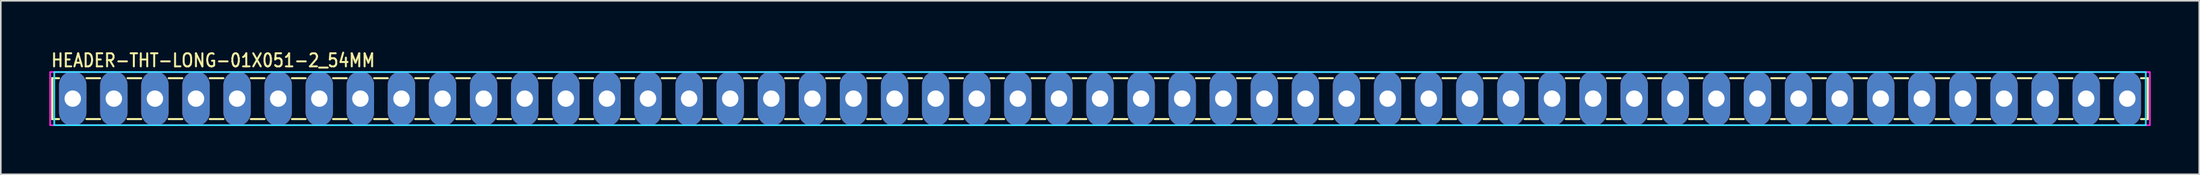
<source format=kicad_pcb>
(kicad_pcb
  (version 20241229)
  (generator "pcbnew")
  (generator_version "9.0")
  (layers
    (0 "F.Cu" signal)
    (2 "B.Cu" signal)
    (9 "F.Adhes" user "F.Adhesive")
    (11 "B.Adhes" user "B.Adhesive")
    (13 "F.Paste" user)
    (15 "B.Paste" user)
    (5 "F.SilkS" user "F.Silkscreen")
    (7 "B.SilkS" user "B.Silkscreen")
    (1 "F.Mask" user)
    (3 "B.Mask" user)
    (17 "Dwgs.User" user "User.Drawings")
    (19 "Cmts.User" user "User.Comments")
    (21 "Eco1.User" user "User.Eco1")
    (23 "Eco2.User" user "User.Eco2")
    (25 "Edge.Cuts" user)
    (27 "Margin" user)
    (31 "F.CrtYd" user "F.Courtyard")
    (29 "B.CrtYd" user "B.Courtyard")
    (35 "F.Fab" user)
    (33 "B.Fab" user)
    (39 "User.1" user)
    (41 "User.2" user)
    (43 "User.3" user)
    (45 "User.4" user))
  (footprint "HEADER-THT-LONG-01X051-2_54MM"
    (layer "F.Cu")
    (at 1.447 3.079)
    (property "Reference" "HEADER-THT-LONG-01X051-2_54MM" (at -1.4 -1.9 0) (unlocked yes) (layer "F.SilkS") (effects (font (size 0.813 0.695) (thickness 0.122)) (justify left bottom)))
    (fp_line (start -1.27 -1.27) (end -1.27 1.27) (stroke (width 0.127) (type solid)) (layer "F.SilkS"))
    (fp_line (start -1.27 1.27) (end -0.85 1.27) (stroke (width 0.127) (type solid)) (layer "F.SilkS"))
    (fp_line (start -0.85 -1.27) (end -1.27 -1.27) (stroke (width 0.127) (type solid)) (layer "F.SilkS"))
    (fp_line (start 0.85 -1.27) (end 1.69 -1.27) (stroke (width 0.127) (type solid)) (layer "F.SilkS"))
    (fp_line (start 0.85 1.27) (end 1.69 1.27) (stroke (width 0.127) (type solid)) (layer "F.SilkS"))
    (fp_line (start 3.39 -1.27) (end 4.23 -1.27) (stroke (width 0.127) (type solid)) (layer "F.SilkS"))
    (fp_line (start 3.39 1.27) (end 4.23 1.27) (stroke (width 0.127) (type solid)) (layer "F.SilkS"))
    (fp_line (start 5.93 -1.27) (end 6.77 -1.27) (stroke (width 0.127) (type solid)) (layer "F.SilkS"))
    (fp_line (start 5.93 1.27) (end 6.77 1.27) (stroke (width 0.127) (type solid)) (layer "F.SilkS"))
    (fp_line (start 8.47 -1.27) (end 9.31 -1.27) (stroke (width 0.127) (type solid)) (layer "F.SilkS"))
    (fp_line (start 8.47 1.27) (end 9.31 1.27) (stroke (width 0.127) (type solid)) (layer "F.SilkS"))
    (fp_line (start 11.01 -1.27) (end 11.85 -1.27) (stroke (width 0.127) (type solid)) (layer "F.SilkS"))
    (fp_line (start 11.01 1.27) (end 11.85 1.27) (stroke (width 0.127) (type solid)) (layer "F.SilkS"))
    (fp_line (start 13.55 -1.27) (end 14.39 -1.27) (stroke (width 0.127) (type solid)) (layer "F.SilkS"))
    (fp_line (start 13.55 1.27) (end 14.39 1.27) (stroke (width 0.127) (type solid)) (layer "F.SilkS"))
    (fp_line (start 16.09 -1.27) (end 16.93 -1.27) (stroke (width 0.127) (type solid)) (layer "F.SilkS"))
    (fp_line (start 16.09 1.27) (end 16.93 1.27) (stroke (width 0.127) (type solid)) (layer "F.SilkS"))
    (fp_line (start 18.63 -1.27) (end 19.47 -1.27) (stroke (width 0.127) (type solid)) (layer "F.SilkS"))
    (fp_line (start 18.63 1.27) (end 19.47 1.27) (stroke (width 0.127) (type solid)) (layer "F.SilkS"))
    (fp_line (start 21.17 -1.27) (end 22.01 -1.27) (stroke (width 0.127) (type solid)) (layer "F.SilkS"))
    (fp_line (start 21.17 1.27) (end 22.01 1.27) (stroke (width 0.127) (type solid)) (layer "F.SilkS"))
    (fp_line (start 23.71 -1.27) (end 24.55 -1.27) (stroke (width 0.127) (type solid)) (layer "F.SilkS"))
    (fp_line (start 23.71 1.27) (end 24.55 1.27) (stroke (width 0.127) (type solid)) (layer "F.SilkS"))
    (fp_line (start 26.25 -1.27) (end 27.09 -1.27) (stroke (width 0.127) (type solid)) (layer "F.SilkS"))
    (fp_line (start 26.25 1.27) (end 27.09 1.27) (stroke (width 0.127) (type solid)) (layer "F.SilkS"))
    (fp_line (start 28.79 -1.27) (end 29.63 -1.27) (stroke (width 0.127) (type solid)) (layer "F.SilkS"))
    (fp_line (start 28.79 1.27) (end 29.63 1.27) (stroke (width 0.127) (type solid)) (layer "F.SilkS"))
    (fp_line (start 31.33 -1.27) (end 32.17 -1.27) (stroke (width 0.127) (type solid)) (layer "F.SilkS"))
    (fp_line (start 31.33 1.27) (end 32.17 1.27) (stroke (width 0.127) (type solid)) (layer "F.SilkS"))
    (fp_line (start 33.87 -1.27) (end 34.71 -1.27) (stroke (width 0.127) (type solid)) (layer "F.SilkS"))
    (fp_line (start 33.87 1.27) (end 34.71 1.27) (stroke (width 0.127) (type solid)) (layer "F.SilkS"))
    (fp_line (start 36.41 -1.27) (end 37.25 -1.27) (stroke (width 0.127) (type solid)) (layer "F.SilkS"))
    (fp_line (start 36.41 1.27) (end 37.25 1.27) (stroke (width 0.127) (type solid)) (layer "F.SilkS"))
    (fp_line (start 38.95 -1.27) (end 39.79 -1.27) (stroke (width 0.127) (type solid)) (layer "F.SilkS"))
    (fp_line (start 38.95 1.27) (end 39.79 1.27) (stroke (width 0.127) (type solid)) (layer "F.SilkS"))
    (fp_line (start 41.49 -1.27) (end 42.33 -1.27) (stroke (width 0.127) (type solid)) (layer "F.SilkS"))
    (fp_line (start 41.49 1.27) (end 42.33 1.27) (stroke (width 0.127) (type solid)) (layer "F.SilkS"))
    (fp_line (start 44.03 -1.27) (end 44.87 -1.27) (stroke (width 0.127) (type solid)) (layer "F.SilkS"))
    (fp_line (start 44.03 1.27) (end 44.87 1.27) (stroke (width 0.127) (type solid)) (layer "F.SilkS"))
    (fp_line (start 46.57 -1.27) (end 47.41 -1.27) (stroke (width 0.127) (type solid)) (layer "F.SilkS"))
    (fp_line (start 46.57 1.27) (end 47.41 1.27) (stroke (width 0.127) (type solid)) (layer "F.SilkS"))
    (fp_line (start 49.11 -1.27) (end 49.95 -1.27) (stroke (width 0.127) (type solid)) (layer "F.SilkS"))
    (fp_line (start 49.11 1.27) (end 49.95 1.27) (stroke (width 0.127) (type solid)) (layer "F.SilkS"))
    (fp_line (start 51.65 -1.27) (end 52.49 -1.27) (stroke (width 0.127) (type solid)) (layer "F.SilkS"))
    (fp_line (start 51.65 1.27) (end 52.49 1.27) (stroke (width 0.127) (type solid)) (layer "F.SilkS"))
    (fp_line (start 54.19 -1.27) (end 55.03 -1.27) (stroke (width 0.127) (type solid)) (layer "F.SilkS"))
    (fp_line (start 54.19 1.27) (end 55.03 1.27) (stroke (width 0.127) (type solid)) (layer "F.SilkS"))
    (fp_line (start 56.73 -1.27) (end 57.57 -1.27) (stroke (width 0.127) (type solid)) (layer "F.SilkS"))
    (fp_line (start 56.73 1.27) (end 57.57 1.27) (stroke (width 0.127) (type solid)) (layer "F.SilkS"))
    (fp_line (start 59.27 -1.27) (end 60.11 -1.27) (stroke (width 0.127) (type solid)) (layer "F.SilkS"))
    (fp_line (start 59.27 1.27) (end 60.11 1.27) (stroke (width 0.127) (type solid)) (layer "F.SilkS"))
    (fp_line (start 61.81 -1.27) (end 62.65 -1.27) (stroke (width 0.127) (type solid)) (layer "F.SilkS"))
    (fp_line (start 61.81 1.27) (end 62.65 1.27) (stroke (width 0.127) (type solid)) (layer "F.SilkS"))
    (fp_line (start 64.35 -1.27) (end 65.19 -1.27) (stroke (width 0.127) (type solid)) (layer "F.SilkS"))
    (fp_line (start 64.35 1.27) (end 65.19 1.27) (stroke (width 0.127) (type solid)) (layer "F.SilkS"))
    (fp_line (start 66.89 -1.27) (end 67.73 -1.27) (stroke (width 0.127) (type solid)) (layer "F.SilkS"))
    (fp_line (start 66.89 1.27) (end 67.73 1.27) (stroke (width 0.127) (type solid)) (layer "F.SilkS"))
    (fp_line (start 69.43 -1.27) (end 70.27 -1.27) (stroke (width 0.127) (type solid)) (layer "F.SilkS"))
    (fp_line (start 69.43 1.27) (end 70.27 1.27) (stroke (width 0.127) (type solid)) (layer "F.SilkS"))
    (fp_line (start 71.97 -1.27) (end 72.81 -1.27) (stroke (width 0.127) (type solid)) (layer "F.SilkS"))
    (fp_line (start 71.97 1.27) (end 72.81 1.27) (stroke (width 0.127) (type solid)) (layer "F.SilkS"))
    (fp_line (start 74.51 -1.27) (end 75.35 -1.27) (stroke (width 0.127) (type solid)) (layer "F.SilkS"))
    (fp_line (start 74.51 1.27) (end 75.35 1.27) (stroke (width 0.127) (type solid)) (layer "F.SilkS"))
    (fp_line (start 77.05 -1.27) (end 77.89 -1.27) (stroke (width 0.127) (type solid)) (layer "F.SilkS"))
    (fp_line (start 77.05 1.27) (end 77.89 1.27) (stroke (width 0.127) (type solid)) (layer "F.SilkS"))
    (fp_line (start 79.59 -1.27) (end 80.43 -1.27) (stroke (width 0.127) (type solid)) (layer "F.SilkS"))
    (fp_line (start 79.59 1.27) (end 80.43 1.27) (stroke (width 0.127) (type solid)) (layer "F.SilkS"))
    (fp_line (start 82.13 -1.27) (end 82.97 -1.27) (stroke (width 0.127) (type solid)) (layer "F.SilkS"))
    (fp_line (start 82.13 1.27) (end 82.97 1.27) (stroke (width 0.127) (type solid)) (layer "F.SilkS"))
    (fp_line (start 84.67 -1.27) (end 85.51 -1.27) (stroke (width 0.127) (type solid)) (layer "F.SilkS"))
    (fp_line (start 84.67 1.27) (end 85.51 1.27) (stroke (width 0.127) (type solid)) (layer "F.SilkS"))
    (fp_line (start 87.21 -1.27) (end 88.05 -1.27) (stroke (width 0.127) (type solid)) (layer "F.SilkS"))
    (fp_line (start 87.21 1.27) (end 88.05 1.27) (stroke (width 0.127) (type solid)) (layer "F.SilkS"))
    (fp_line (start 89.75 -1.27) (end 90.59 -1.27) (stroke (width 0.127) (type solid)) (layer "F.SilkS"))
    (fp_line (start 89.75 1.27) (end 90.59 1.27) (stroke (width 0.127) (type solid)) (layer "F.SilkS"))
    (fp_line (start 92.29 -1.27) (end 93.13 -1.27) (stroke (width 0.127) (type solid)) (layer "F.SilkS"))
    (fp_line (start 92.29 1.27) (end 93.13 1.27) (stroke (width 0.127) (type solid)) (layer "F.SilkS"))
    (fp_line (start 94.83 -1.27) (end 95.67 -1.27) (stroke (width 0.127) (type solid)) (layer "F.SilkS"))
    (fp_line (start 94.83 1.27) (end 95.67 1.27) (stroke (width 0.127) (type solid)) (layer "F.SilkS"))
    (fp_line (start 97.37 -1.27) (end 98.21 -1.27) (stroke (width 0.127) (type solid)) (layer "F.SilkS"))
    (fp_line (start 97.37 1.27) (end 98.21 1.27) (stroke (width 0.127) (type solid)) (layer "F.SilkS"))
    (fp_line (start 99.91 -1.27) (end 100.75 -1.27) (stroke (width 0.127) (type solid)) (layer "F.SilkS"))
    (fp_line (start 99.91 1.27) (end 100.75 1.27) (stroke (width 0.127) (type solid)) (layer "F.SilkS"))
    (fp_line (start 102.45 -1.27) (end 103.29 -1.27) (stroke (width 0.127) (type solid)) (layer "F.SilkS"))
    (fp_line (start 102.45 1.27) (end 103.29 1.27) (stroke (width 0.127) (type solid)) (layer "F.SilkS"))
    (fp_line (start 104.99 -1.27) (end 105.83 -1.27) (stroke (width 0.127) (type solid)) (layer "F.SilkS"))
    (fp_line (start 104.99 1.27) (end 105.83 1.27) (stroke (width 0.127) (type solid)) (layer "F.SilkS"))
    (fp_line (start 107.53 -1.27) (end 108.37 -1.27) (stroke (width 0.127) (type solid)) (layer "F.SilkS"))
    (fp_line (start 107.53 1.27) (end 108.37 1.27) (stroke (width 0.127) (type solid)) (layer "F.SilkS"))
    (fp_line (start 110.07 -1.27) (end 110.91 -1.27) (stroke (width 0.127) (type solid)) (layer "F.SilkS"))
    (fp_line (start 110.07 1.27) (end 110.91 1.27) (stroke (width 0.127) (type solid)) (layer "F.SilkS"))
    (fp_line (start 112.61 -1.27) (end 113.45 -1.27) (stroke (width 0.127) (type solid)) (layer "F.SilkS"))
    (fp_line (start 112.61 1.27) (end 113.45 1.27) (stroke (width 0.127) (type solid)) (layer "F.SilkS"))
    (fp_line (start 115.15 -1.27) (end 115.99 -1.27) (stroke (width 0.127) (type solid)) (layer "F.SilkS"))
    (fp_line (start 115.15 1.27) (end 115.99 1.27) (stroke (width 0.127) (type solid)) (layer "F.SilkS"))
    (fp_line (start 117.69 -1.27) (end 118.53 -1.27) (stroke (width 0.127) (type solid)) (layer "F.SilkS"))
    (fp_line (start 117.69 1.27) (end 118.53 1.27) (stroke (width 0.127) (type solid)) (layer "F.SilkS"))
    (fp_line (start 120.23 -1.27) (end 121.07 -1.27) (stroke (width 0.127) (type solid)) (layer "F.SilkS"))
    (fp_line (start 120.23 1.27) (end 121.07 1.27) (stroke (width 0.127) (type solid)) (layer "F.SilkS"))
    (fp_line (start 122.77 -1.27) (end 123.61 -1.27) (stroke (width 0.127) (type solid)) (layer "F.SilkS"))
    (fp_line (start 122.77 1.27) (end 123.61 1.27) (stroke (width 0.127) (type solid)) (layer "F.SilkS"))
    (fp_line (start 125.31 -1.27) (end 126.15 -1.27) (stroke (width 0.127) (type solid)) (layer "F.SilkS"))
    (fp_line (start 125.31 1.27) (end 126.15 1.27) (stroke (width 0.127) (type solid)) (layer "F.SilkS"))
    (fp_line (start 127.85 -1.27) (end 128.27 -1.27) (stroke (width 0.127) (type solid)) (layer "F.SilkS"))
    (fp_line (start 128.27 -1.27) (end 128.27 1.27) (stroke (width 0.127) (type solid)) (layer "F.SilkS"))
    (fp_line (start 128.27 1.27) (end 127.85 1.27) (stroke (width 0.127) (type solid)) (layer "F.SilkS"))
    (fp_poly (pts (xy -1.143 -1.651) (xy 128.143 -1.651) (xy 128.143 1.651) (xy -1.143 1.651)) (stroke (width 0.1) (type solid)) (fill no) (layer "B.CrtYd"))
    (fp_poly (pts (xy -1.397 -1.651) (xy 128.397 -1.651) (xy 128.397 1.651) (xy -1.397 1.651)) (stroke (width 0.1) (type solid)) (fill no) (layer "F.CrtYd"))
    (pad "1" thru_hole oval (at 0 0 90) (size 3.387 1.693) (drill 1.016) (layers "*.Cu" "*.Mask"))
    (pad "2" thru_hole oval (at 2.54 0 90) (size 3.387 1.693) (drill 1.016) (layers "*.Cu" "*.Mask"))
    (pad "3" thru_hole oval (at 5.08 0 90) (size 3.387 1.693) (drill 1.016) (layers "*.Cu" "*.Mask"))
    (pad "4" thru_hole oval (at 7.62 0 90) (size 3.387 1.693) (drill 1.016) (layers "*.Cu" "*.Mask"))
    (pad "5" thru_hole oval (at 10.16 0 90) (size 3.387 1.693) (drill 1.016) (layers "*.Cu" "*.Mask"))
    (pad "6" thru_hole oval (at 12.7 0 90) (size 3.387 1.693) (drill 1.016) (layers "*.Cu" "*.Mask"))
    (pad "7" thru_hole oval (at 15.24 0 90) (size 3.387 1.693) (drill 1.016) (layers "*.Cu" "*.Mask"))
    (pad "8" thru_hole oval (at 17.78 0 90) (size 3.387 1.693) (drill 1.016) (layers "*.Cu" "*.Mask"))
    (pad "9" thru_hole oval (at 20.32 0 90) (size 3.387 1.693) (drill 1.016) (layers "*.Cu" "*.Mask"))
    (pad "10" thru_hole oval (at 22.86 0 90) (size 3.387 1.693) (drill 1.016) (layers "*.Cu" "*.Mask"))
    (pad "11" thru_hole oval (at 25.4 0 90) (size 3.387 1.693) (drill 1.016) (layers "*.Cu" "*.Mask"))
    (pad "12" thru_hole oval (at 27.94 0 90) (size 3.387 1.693) (drill 1.016) (layers "*.Cu" "*.Mask"))
    (pad "13" thru_hole oval (at 30.48 0 90) (size 3.387 1.693) (drill 1.016) (layers "*.Cu" "*.Mask"))
    (pad "14" thru_hole oval (at 33.02 0 90) (size 3.387 1.693) (drill 1.016) (layers "*.Cu" "*.Mask"))
    (pad "15" thru_hole oval (at 35.56 0 90) (size 3.387 1.693) (drill 1.016) (layers "*.Cu" "*.Mask"))
    (pad "16" thru_hole oval (at 38.1 0 90) (size 3.387 1.693) (drill 1.016) (layers "*.Cu" "*.Mask"))
    (pad "17" thru_hole oval (at 40.64 0 90) (size 3.387 1.693) (drill 1.016) (layers "*.Cu" "*.Mask"))
    (pad "18" thru_hole oval (at 43.18 0 90) (size 3.387 1.693) (drill 1.016) (layers "*.Cu" "*.Mask"))
    (pad "19" thru_hole oval (at 45.72 0 90) (size 3.387 1.693) (drill 1.016) (layers "*.Cu" "*.Mask"))
    (pad "20" thru_hole oval (at 48.26 0 90) (size 3.387 1.693) (drill 1.016) (layers "*.Cu" "*.Mask"))
    (pad "21" thru_hole oval (at 50.8 0 90) (size 3.387 1.693) (drill 1.016) (layers "*.Cu" "*.Mask"))
    (pad "22" thru_hole oval (at 53.34 0 90) (size 3.387 1.693) (drill 1.016) (layers "*.Cu" "*.Mask"))
    (pad "23" thru_hole oval (at 55.88 0 90) (size 3.387 1.693) (drill 1.016) (layers "*.Cu" "*.Mask"))
    (pad "24" thru_hole oval (at 58.42 0 90) (size 3.387 1.693) (drill 1.016) (layers "*.Cu" "*.Mask"))
    (pad "25" thru_hole oval (at 60.96 0 90) (size 3.387 1.693) (drill 1.016) (layers "*.Cu" "*.Mask"))
    (pad "26" thru_hole oval (at 63.5 0 90) (size 3.387 1.693) (drill 1.016) (layers "*.Cu" "*.Mask"))
    (pad "27" thru_hole oval (at 66.04 0 90) (size 3.387 1.693) (drill 1.016) (layers "*.Cu" "*.Mask"))
    (pad "28" thru_hole oval (at 68.58 0 90) (size 3.387 1.693) (drill 1.016) (layers "*.Cu" "*.Mask"))
    (pad "29" thru_hole oval (at 71.12 0 90) (size 3.387 1.693) (drill 1.016) (layers "*.Cu" "*.Mask"))
    (pad "30" thru_hole oval (at 73.66 0 90) (size 3.387 1.693) (drill 1.016) (layers "*.Cu" "*.Mask"))
    (pad "31" thru_hole oval (at 76.2 0 90) (size 3.387 1.693) (drill 1.016) (layers "*.Cu" "*.Mask"))
    (pad "32" thru_hole oval (at 78.74 0 90) (size 3.387 1.693) (drill 1.016) (layers "*.Cu" "*.Mask"))
    (pad "33" thru_hole oval (at 81.28 0 90) (size 3.387 1.693) (drill 1.016) (layers "*.Cu" "*.Mask"))
    (pad "34" thru_hole oval (at 83.82 0 90) (size 3.387 1.693) (drill 1.016) (layers "*.Cu" "*.Mask"))
    (pad "35" thru_hole oval (at 86.36 0 90) (size 3.387 1.693) (drill 1.016) (layers "*.Cu" "*.Mask"))
    (pad "36" thru_hole oval (at 88.9 0 90) (size 3.387 1.693) (drill 1.016) (layers "*.Cu" "*.Mask"))
    (pad "37" thru_hole oval (at 91.44 0 90) (size 3.387 1.693) (drill 1.016) (layers "*.Cu" "*.Mask"))
    (pad "38" thru_hole oval (at 93.98 0 90) (size 3.387 1.693) (drill 1.016) (layers "*.Cu" "*.Mask"))
    (pad "39" thru_hole oval (at 96.52 0 90) (size 3.387 1.693) (drill 1.016) (layers "*.Cu" "*.Mask"))
    (pad "40" thru_hole oval (at 99.06 0 90) (size 3.387 1.693) (drill 1.016) (layers "*.Cu" "*.Mask"))
    (pad "41" thru_hole oval (at 101.6 0 90) (size 3.387 1.693) (drill 1.016) (layers "*.Cu" "*.Mask"))
    (pad "42" thru_hole oval (at 104.14 0 90) (size 3.387 1.693) (drill 1.016) (layers "*.Cu" "*.Mask"))
    (pad "43" thru_hole oval (at 106.68 0 90) (size 3.387 1.693) (drill 1.016) (layers "*.Cu" "*.Mask"))
    (pad "44" thru_hole oval (at 109.22 0 90) (size 3.387 1.693) (drill 1.016) (layers "*.Cu" "*.Mask"))
    (pad "45" thru_hole oval (at 111.76 0 90) (size 3.387 1.693) (drill 1.016) (layers "*.Cu" "*.Mask"))
    (pad "46" thru_hole oval (at 114.3 0 90) (size 3.387 1.693) (drill 1.016) (layers "*.Cu" "*.Mask"))
    (pad "47" thru_hole oval (at 116.84 0 90) (size 3.387 1.693) (drill 1.016) (layers "*.Cu" "*.Mask"))
    (pad "48" thru_hole oval (at 119.38 0 90) (size 3.387 1.693) (drill 1.016) (layers "*.Cu" "*.Mask"))
    (pad "49" thru_hole oval (at 121.92 0 90) (size 3.387 1.693) (drill 1.016) (layers "*.Cu" "*.Mask"))
    (pad "50" thru_hole oval (at 124.46 0 90) (size 3.387 1.693) (drill 1.016) (layers "*.Cu" "*.Mask"))
    (pad "51" thru_hole oval (at 127 0 90) (size 3.387 1.693) (drill 1.016) (layers "*.Cu" "*.Mask")))
  (gr_rect
    (start -3 -3)
    (end 132.894 7.78)
    (stroke (width 0.1) (type default))
    (fill no)
    (layer "Edge.Cuts")))
</source>
